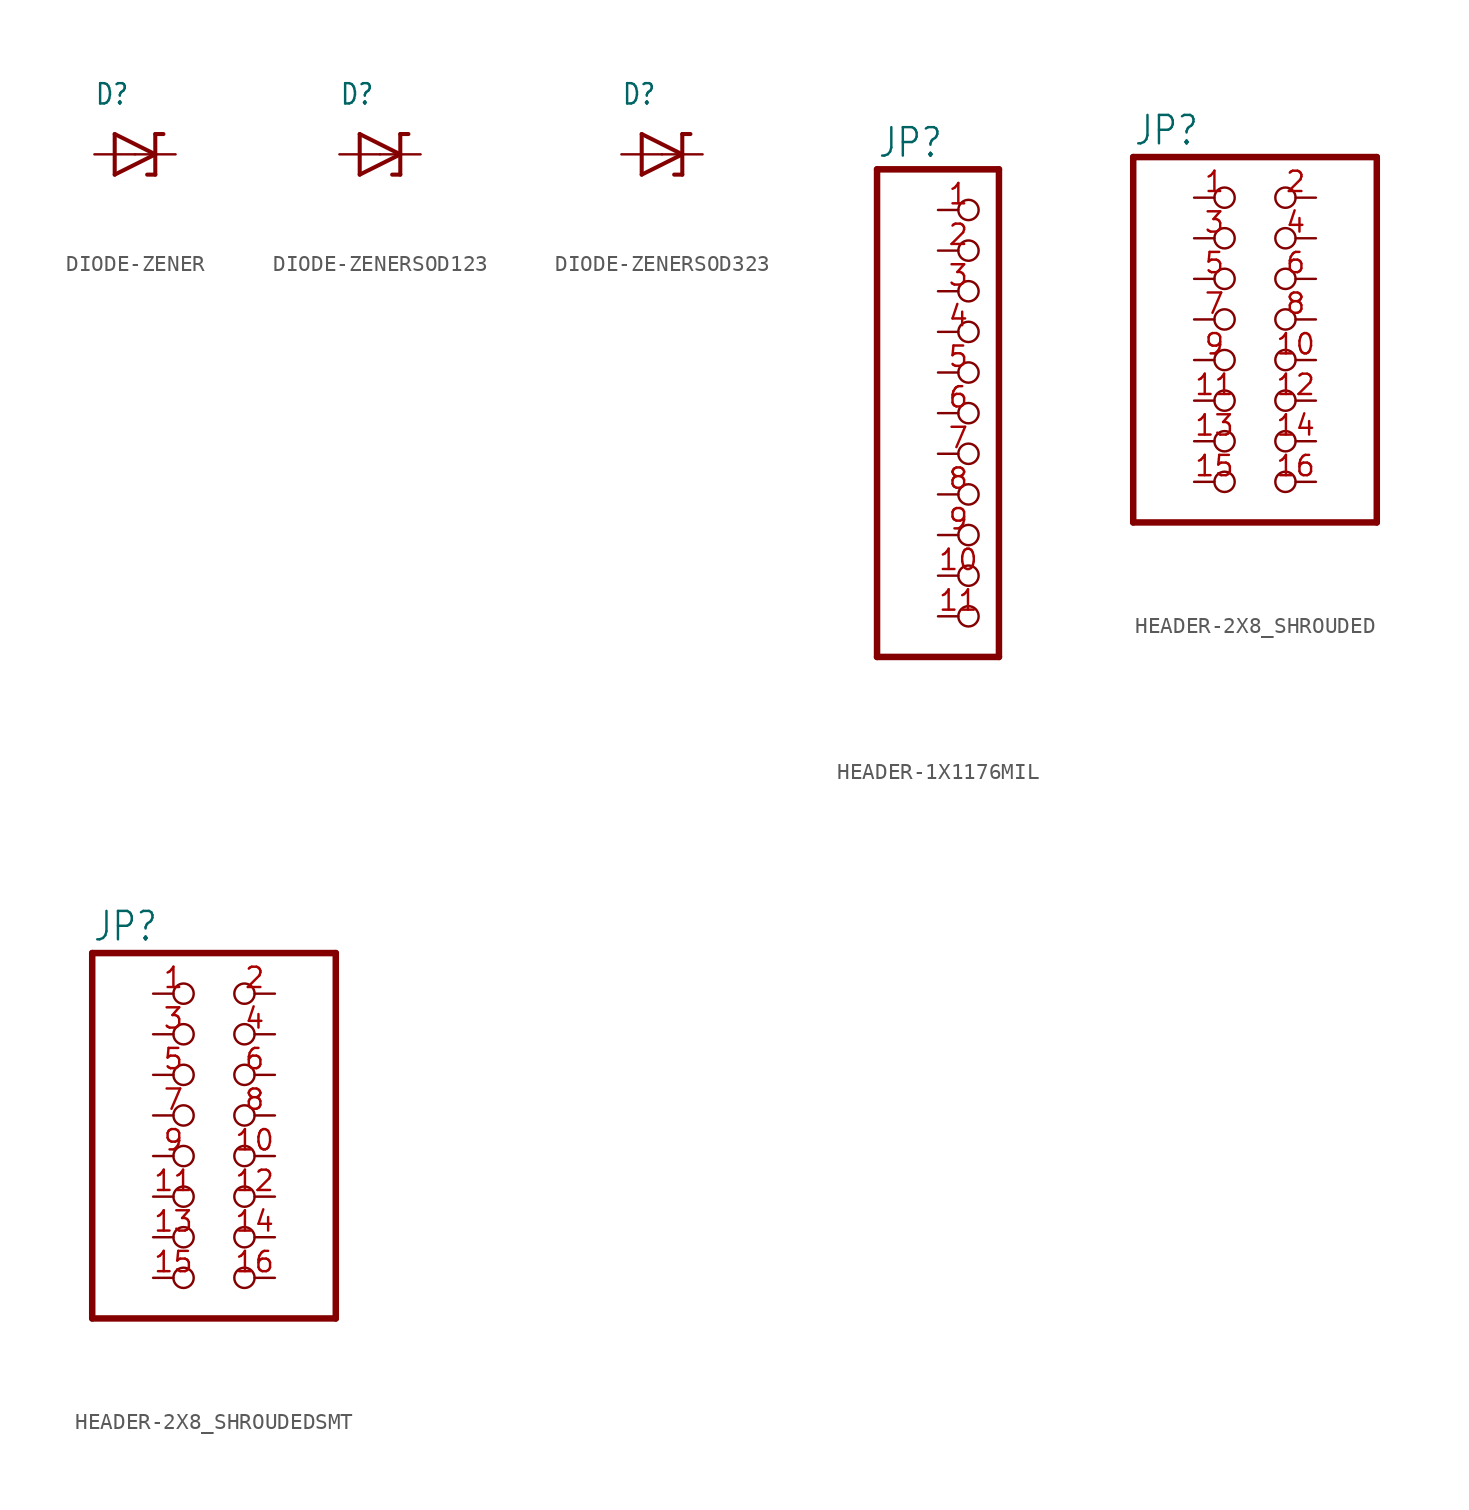
<source format=kicad_sym>
(kicad_symbol_lib
  (version 20231120)
  (generator "kicad_symbol_editor")
  (generator_version "8.0")
  (symbol "DIODE-ZENER"
    (property "Reference" "D"
      (at -2.54 3.023 0)
      (effects (font (size 1.27 1.079)) (justify left bottom)))
    (property "Value" ""
      (at -2.54 -4.851 0)
      (effects (font (size 1.27 1.079)) (justify left bottom)))
    (property "ki_locked" ""
      (at 0 0 0)
      (effects (font (size 1.27 1.27))))
    (symbol "DIODE-ZENER_1_0"
      (polyline (pts (xy -1.27 -1.27) (xy 1.27 0)) (stroke (width 0.254) (type solid)) (fill (type none)))
      (polyline (pts (xy -1.27 1.27) (xy -1.27 -1.27)) (stroke (width 0.254) (type solid)) (fill (type none)))
      (polyline (pts (xy 1.27 -1.27) (xy 0.762 -1.27)) (stroke (width 0.254) (type solid)) (fill (type none)))
      (polyline (pts (xy 1.27 0) (xy -1.27 1.27)) (stroke (width 0.254) (type solid)) (fill (type none)))
      (polyline (pts (xy 1.27 0) (xy 1.27 -1.27)) (stroke (width 0.254) (type solid)) (fill (type none)))
      (polyline (pts (xy 1.27 1.27) (xy 1.27 0)) (stroke (width 0.254) (type solid)) (fill (type none)))
      (polyline (pts (xy 1.27 1.27) (xy 1.778 1.27)) (stroke (width 0.254) (type solid)) (fill (type none)))
      (pin passive line (at -2.54 0 0) (length 2.54) (name "A" (effects (font (size 0 0)))) (number "A" (effects (font (size 0 0)))))
      (pin passive line (at 2.54 0 180) (length 2.54) (name "C" (effects (font (size 0 0)))) (number "C" (effects (font (size 0 0)))))))
  (symbol "DIODE-ZENERSOD123"
    (property "Reference" "D"
      (at -2.54 3.023 0)
      (effects (font (size 1.27 1.079)) (justify left bottom)))
    (property "Value" ""
      (at -2.54 -4.851 0)
      (effects (font (size 1.27 1.079)) (justify left bottom)))
    (property "ki_locked" ""
      (at 0 0 0)
      (effects (font (size 1.27 1.27))))
    (symbol "DIODE-ZENERSOD123_1_0"
      (polyline (pts (xy -1.27 -1.27) (xy 1.27 0)) (stroke (width 0.254) (type solid)) (fill (type none)))
      (polyline (pts (xy -1.27 1.27) (xy -1.27 -1.27)) (stroke (width 0.254) (type solid)) (fill (type none)))
      (polyline (pts (xy 1.27 -1.27) (xy 0.762 -1.27)) (stroke (width 0.254) (type solid)) (fill (type none)))
      (polyline (pts (xy 1.27 0) (xy -1.27 1.27)) (stroke (width 0.254) (type solid)) (fill (type none)))
      (polyline (pts (xy 1.27 0) (xy 1.27 -1.27)) (stroke (width 0.254) (type solid)) (fill (type none)))
      (polyline (pts (xy 1.27 1.27) (xy 1.27 0)) (stroke (width 0.254) (type solid)) (fill (type none)))
      (polyline (pts (xy 1.27 1.27) (xy 1.778 1.27)) (stroke (width 0.254) (type solid)) (fill (type none)))
      (pin passive line (at -2.54 0 0) (length 2.54) (name "A" (effects (font (size 0 0)))) (number "A" (effects (font (size 0 0)))))
      (pin passive line (at 2.54 0 180) (length 2.54) (name "C" (effects (font (size 0 0)))) (number "C" (effects (font (size 0 0)))))))
  (symbol "DIODE-ZENERSOD323"
    (property "Reference" "D"
      (at -2.54 3.023 0)
      (effects (font (size 1.27 1.079)) (justify left bottom)))
    (property "Value" ""
      (at -2.54 -4.851 0)
      (effects (font (size 1.27 1.079)) (justify left bottom)))
    (property "ki_locked" ""
      (at 0 0 0)
      (effects (font (size 1.27 1.27))))
    (symbol "DIODE-ZENERSOD323_1_0"
      (polyline (pts (xy -1.27 -1.27) (xy 1.27 0)) (stroke (width 0.254) (type solid)) (fill (type none)))
      (polyline (pts (xy -1.27 1.27) (xy -1.27 -1.27)) (stroke (width 0.254) (type solid)) (fill (type none)))
      (polyline (pts (xy 1.27 -1.27) (xy 0.762 -1.27)) (stroke (width 0.254) (type solid)) (fill (type none)))
      (polyline (pts (xy 1.27 0) (xy -1.27 1.27)) (stroke (width 0.254) (type solid)) (fill (type none)))
      (polyline (pts (xy 1.27 0) (xy 1.27 -1.27)) (stroke (width 0.254) (type solid)) (fill (type none)))
      (polyline (pts (xy 1.27 1.27) (xy 1.27 0)) (stroke (width 0.254) (type solid)) (fill (type none)))
      (polyline (pts (xy 1.27 1.27) (xy 1.778 1.27)) (stroke (width 0.254) (type solid)) (fill (type none)))
      (pin passive line (at -2.54 0 0) (length 2.54) (name "A" (effects (font (size 0 0)))) (number "A" (effects (font (size 0 0)))))
      (pin passive line (at 2.54 0 180) (length 2.54) (name "C" (effects (font (size 0 0)))) (number "C" (effects (font (size 0 0)))))))
  (symbol "HEADER-1X1176MIL"
    (property "Reference" "JP"
      (at -6.35 15.875 0)
      (effects (font (size 1.778 1.511)) (justify left bottom)))
    (property "Value" ""
      (at -6.35 -17.78 0)
      (effects (font (size 1.778 1.511)) (justify left bottom)))
    (property "ki_locked" ""
      (at 0 0 0)
      (effects (font (size 1.27 1.27))))
    (symbol "HEADER-1X1176MIL_1_0"
      (polyline (pts (xy -6.35 -15.24) (xy 1.27 -15.24)) (stroke (width 0.406) (type solid)) (fill (type none)))
      (polyline (pts (xy -6.35 15.24) (xy -6.35 -15.24)) (stroke (width 0.406) (type solid)) (fill (type none)))
      (polyline (pts (xy 1.27 -15.24) (xy 1.27 15.24)) (stroke (width 0.406) (type solid)) (fill (type none)))
      (polyline (pts (xy 1.27 15.24) (xy -6.35 15.24)) (stroke (width 0.406) (type solid)) (fill (type none)))
      (pin passive inverted (at -2.54 12.7 0) (length 2.54) (name "1" (effects (font (size 0 0)))) (number "1" (effects (font (size 1.27 1.27)))))
      (pin passive inverted (at -2.54 -10.16 0) (length 2.54) (name "10" (effects (font (size 0 0)))) (number "10" (effects (font (size 1.27 1.27)))))
      (pin passive inverted (at -2.54 -12.7 0) (length 2.54) (name "11" (effects (font (size 0 0)))) (number "11" (effects (font (size 1.27 1.27)))))
      (pin passive inverted (at -2.54 10.16 0) (length 2.54) (name "2" (effects (font (size 0 0)))) (number "2" (effects (font (size 1.27 1.27)))))
      (pin passive inverted (at -2.54 7.62 0) (length 2.54) (name "3" (effects (font (size 0 0)))) (number "3" (effects (font (size 1.27 1.27)))))
      (pin passive inverted (at -2.54 5.08 0) (length 2.54) (name "4" (effects (font (size 0 0)))) (number "4" (effects (font (size 1.27 1.27)))))
      (pin passive inverted (at -2.54 2.54 0) (length 2.54) (name "5" (effects (font (size 0 0)))) (number "5" (effects (font (size 1.27 1.27)))))
      (pin passive inverted (at -2.54 0 0) (length 2.54) (name "6" (effects (font (size 0 0)))) (number "6" (effects (font (size 1.27 1.27)))))
      (pin passive inverted (at -2.54 -2.54 0) (length 2.54) (name "7" (effects (font (size 0 0)))) (number "7" (effects (font (size 1.27 1.27)))))
      (pin passive inverted (at -2.54 -5.08 0) (length 2.54) (name "8" (effects (font (size 0 0)))) (number "8" (effects (font (size 1.27 1.27)))))
      (pin passive inverted (at -2.54 -7.62 0) (length 2.54) (name "9" (effects (font (size 0 0)))) (number "9" (effects (font (size 1.27 1.27)))))))
  (symbol "HEADER-2X8_SHROUDED"
    (property "Reference" "JP"
      (at -8.89 10.795 0)
      (effects (font (size 1.778 1.511)) (justify left bottom)))
    (property "Value" ""
      (at -8.89 -15.24 0)
      (effects (font (size 1.778 1.511)) (justify left bottom)))
    (property "ki_locked" ""
      (at 0 0 0)
      (effects (font (size 1.27 1.27))))
    (symbol "HEADER-2X8_SHROUDED_1_0"
      (polyline (pts (xy -8.89 -12.7) (xy 6.35 -12.7)) (stroke (width 0.406) (type solid)) (fill (type none)))
      (polyline (pts (xy -8.89 10.16) (xy -8.89 -12.7)) (stroke (width 0.406) (type solid)) (fill (type none)))
      (polyline (pts (xy 6.35 -12.7) (xy 6.35 10.16)) (stroke (width 0.406) (type solid)) (fill (type none)))
      (polyline (pts (xy 6.35 10.16) (xy -8.89 10.16)) (stroke (width 0.406) (type solid)) (fill (type none)))
      (pin passive inverted (at -5.08 7.62 0) (length 2.54) (name "1" (effects (font (size 0 0)))) (number "1" (effects (font (size 1.27 1.27)))))
      (pin passive inverted (at 2.54 -2.54 180) (length 2.54) (name "10" (effects (font (size 0 0)))) (number "10" (effects (font (size 1.27 1.27)))))
      (pin passive inverted (at -5.08 -5.08 0) (length 2.54) (name "11" (effects (font (size 0 0)))) (number "11" (effects (font (size 1.27 1.27)))))
      (pin passive inverted (at 2.54 -5.08 180) (length 2.54) (name "12" (effects (font (size 0 0)))) (number "12" (effects (font (size 1.27 1.27)))))
      (pin passive inverted (at -5.08 -7.62 0) (length 2.54) (name "13" (effects (font (size 0 0)))) (number "13" (effects (font (size 1.27 1.27)))))
      (pin passive inverted (at 2.54 -7.62 180) (length 2.54) (name "14" (effects (font (size 0 0)))) (number "14" (effects (font (size 1.27 1.27)))))
      (pin passive inverted (at -5.08 -10.16 0) (length 2.54) (name "15" (effects (font (size 0 0)))) (number "15" (effects (font (size 1.27 1.27)))))
      (pin passive inverted (at 2.54 -10.16 180) (length 2.54) (name "16" (effects (font (size 0 0)))) (number "16" (effects (font (size 1.27 1.27)))))
      (pin passive inverted (at 2.54 7.62 180) (length 2.54) (name "2" (effects (font (size 0 0)))) (number "2" (effects (font (size 1.27 1.27)))))
      (pin passive inverted (at -5.08 5.08 0) (length 2.54) (name "3" (effects (font (size 0 0)))) (number "3" (effects (font (size 1.27 1.27)))))
      (pin passive inverted (at 2.54 5.08 180) (length 2.54) (name "4" (effects (font (size 0 0)))) (number "4" (effects (font (size 1.27 1.27)))))
      (pin passive inverted (at -5.08 2.54 0) (length 2.54) (name "5" (effects (font (size 0 0)))) (number "5" (effects (font (size 1.27 1.27)))))
      (pin passive inverted (at 2.54 2.54 180) (length 2.54) (name "6" (effects (font (size 0 0)))) (number "6" (effects (font (size 1.27 1.27)))))
      (pin passive inverted (at -5.08 0 0) (length 2.54) (name "7" (effects (font (size 0 0)))) (number "7" (effects (font (size 1.27 1.27)))))
      (pin passive inverted (at 2.54 0 180) (length 2.54) (name "8" (effects (font (size 0 0)))) (number "8" (effects (font (size 1.27 1.27)))))
      (pin passive inverted (at -5.08 -2.54 0) (length 2.54) (name "9" (effects (font (size 0 0)))) (number "9" (effects (font (size 1.27 1.27)))))))
  (symbol "HEADER-2X8_SHROUDEDSMT"
    (property "Reference" "JP"
      (at -8.89 10.795 0)
      (effects (font (size 1.778 1.511)) (justify left bottom)))
    (property "Value" ""
      (at -8.89 -15.24 0)
      (effects (font (size 1.778 1.511)) (justify left bottom)))
    (property "ki_locked" ""
      (at 0 0 0)
      (effects (font (size 1.27 1.27))))
    (symbol "HEADER-2X8_SHROUDEDSMT_1_0"
      (polyline (pts (xy -8.89 -12.7) (xy 6.35 -12.7)) (stroke (width 0.406) (type solid)) (fill (type none)))
      (polyline (pts (xy -8.89 10.16) (xy -8.89 -12.7)) (stroke (width 0.406) (type solid)) (fill (type none)))
      (polyline (pts (xy 6.35 -12.7) (xy 6.35 10.16)) (stroke (width 0.406) (type solid)) (fill (type none)))
      (polyline (pts (xy 6.35 10.16) (xy -8.89 10.16)) (stroke (width 0.406) (type solid)) (fill (type none)))
      (pin passive inverted (at -5.08 7.62 0) (length 2.54) (name "1" (effects (font (size 0 0)))) (number "1" (effects (font (size 1.27 1.27)))))
      (pin passive inverted (at 2.54 -2.54 180) (length 2.54) (name "10" (effects (font (size 0 0)))) (number "10" (effects (font (size 1.27 1.27)))))
      (pin passive inverted (at -5.08 -5.08 0) (length 2.54) (name "11" (effects (font (size 0 0)))) (number "11" (effects (font (size 1.27 1.27)))))
      (pin passive inverted (at 2.54 -5.08 180) (length 2.54) (name "12" (effects (font (size 0 0)))) (number "12" (effects (font (size 1.27 1.27)))))
      (pin passive inverted (at -5.08 -7.62 0) (length 2.54) (name "13" (effects (font (size 0 0)))) (number "13" (effects (font (size 1.27 1.27)))))
      (pin passive inverted (at 2.54 -7.62 180) (length 2.54) (name "14" (effects (font (size 0 0)))) (number "14" (effects (font (size 1.27 1.27)))))
      (pin passive inverted (at -5.08 -10.16 0) (length 2.54) (name "15" (effects (font (size 0 0)))) (number "15" (effects (font (size 1.27 1.27)))))
      (pin passive inverted (at 2.54 -10.16 180) (length 2.54) (name "16" (effects (font (size 0 0)))) (number "16" (effects (font (size 1.27 1.27)))))
      (pin passive inverted (at 2.54 7.62 180) (length 2.54) (name "2" (effects (font (size 0 0)))) (number "2" (effects (font (size 1.27 1.27)))))
      (pin passive inverted (at -5.08 5.08 0) (length 2.54) (name "3" (effects (font (size 0 0)))) (number "3" (effects (font (size 1.27 1.27)))))
      (pin passive inverted (at 2.54 5.08 180) (length 2.54) (name "4" (effects (font (size 0 0)))) (number "4" (effects (font (size 1.27 1.27)))))
      (pin passive inverted (at -5.08 2.54 0) (length 2.54) (name "5" (effects (font (size 0 0)))) (number "5" (effects (font (size 1.27 1.27)))))
      (pin passive inverted (at 2.54 2.54 180) (length 2.54) (name "6" (effects (font (size 0 0)))) (number "6" (effects (font (size 1.27 1.27)))))
      (pin passive inverted (at -5.08 0 0) (length 2.54) (name "7" (effects (font (size 0 0)))) (number "7" (effects (font (size 1.27 1.27)))))
      (pin passive inverted (at 2.54 0 180) (length 2.54) (name "8" (effects (font (size 0 0)))) (number "8" (effects (font (size 1.27 1.27)))))
      (pin passive inverted (at -5.08 -2.54 0) (length 2.54) (name "9" (effects (font (size 0 0)))) (number "9" (effects (font (size 1.27 1.27))))))))
</source>
